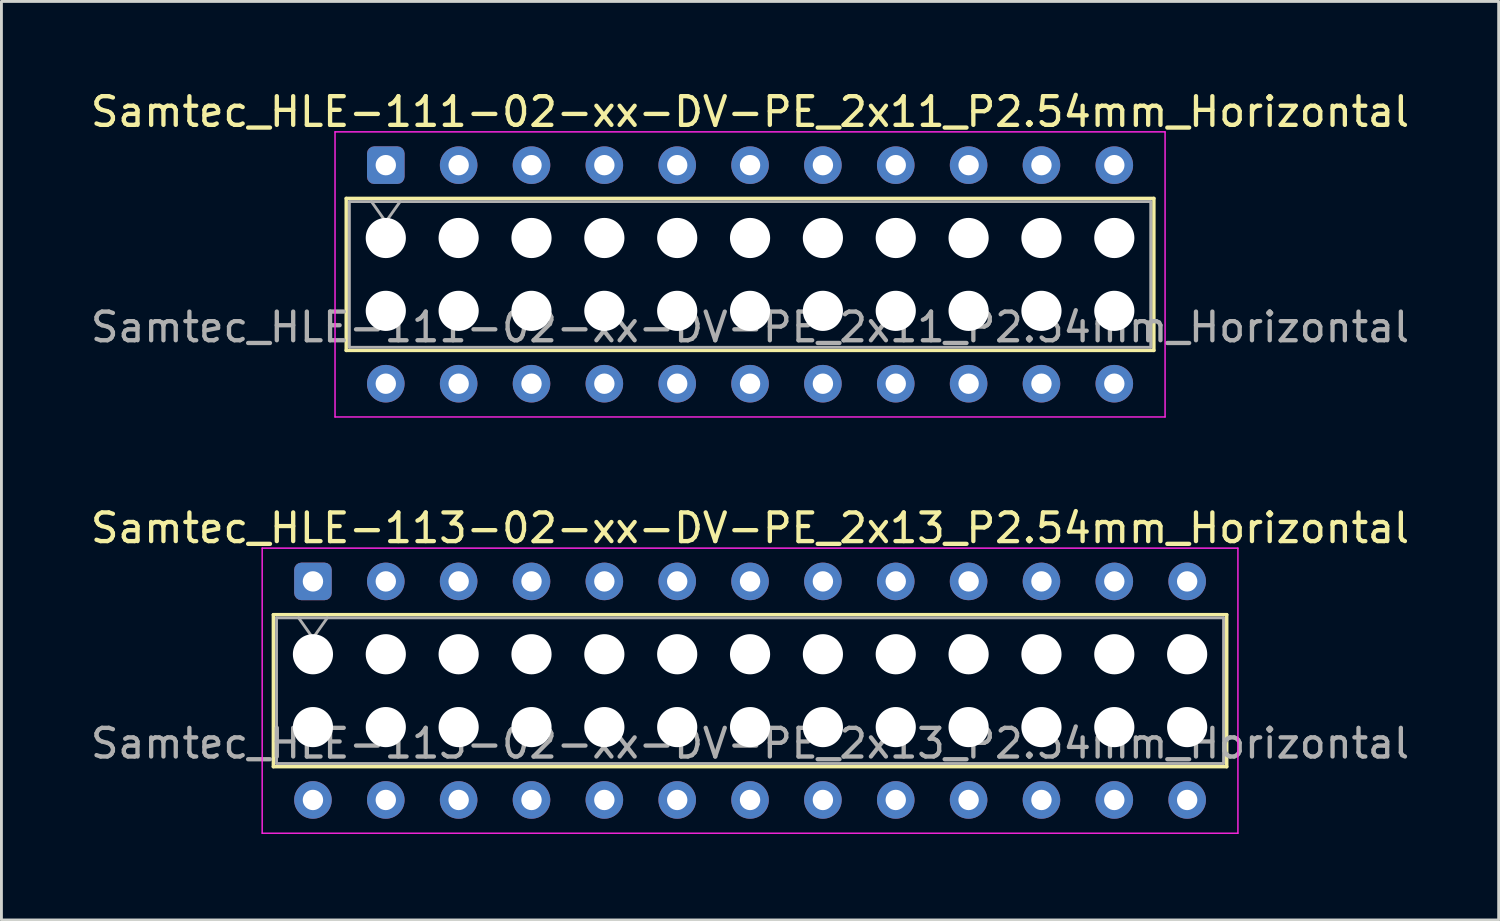
<source format=kicad_pcb>
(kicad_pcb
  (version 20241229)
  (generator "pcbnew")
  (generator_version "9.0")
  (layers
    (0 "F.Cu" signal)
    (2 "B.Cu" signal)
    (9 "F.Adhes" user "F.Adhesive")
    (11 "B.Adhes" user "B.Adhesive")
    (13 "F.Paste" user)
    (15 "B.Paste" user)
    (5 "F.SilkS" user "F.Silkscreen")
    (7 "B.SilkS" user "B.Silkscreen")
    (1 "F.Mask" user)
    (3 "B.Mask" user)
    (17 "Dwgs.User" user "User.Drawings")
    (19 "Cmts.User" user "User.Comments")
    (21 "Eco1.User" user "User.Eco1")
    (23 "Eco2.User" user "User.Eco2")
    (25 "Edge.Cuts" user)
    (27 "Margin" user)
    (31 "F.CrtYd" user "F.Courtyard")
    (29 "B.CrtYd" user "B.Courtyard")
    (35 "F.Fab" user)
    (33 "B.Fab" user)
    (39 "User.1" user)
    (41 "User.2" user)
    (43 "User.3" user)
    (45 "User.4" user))
  (footprint "Samtec_HLE-111-02-xx-DV-PE_2x11_P2.54mm_Horizontal"
    (layer "F.Cu")
    (at 10.401 2.708)
    (property "Reference" "Samtec_HLE-111-02-xx-DV-PE_2x11_P2.54mm_Horizontal" (at 12.7 -1.86 0) (layer "F.SilkS") (effects (font (size 1 1) (thickness 0.15))))
    (attr through_hole)
    (fp_line (start -1.38 1.16) (end 26.78 1.16) (stroke (width 0.12) (type solid)) (layer "F.SilkS"))
    (fp_line (start -1.38 6.46) (end -1.38 1.16) (stroke (width 0.12) (type solid)) (layer "F.SilkS"))
    (fp_line (start 26.78 1.16) (end 26.78 6.46) (stroke (width 0.12) (type solid)) (layer "F.SilkS"))
    (fp_line (start 26.78 6.46) (end -1.38 6.46) (stroke (width 0.12) (type solid)) (layer "F.SilkS"))
    (fp_line (start -1.77 -1.16) (end 27.17 -1.16) (stroke (width 0.05) (type solid)) (layer "F.CrtYd"))
    (fp_line (start -1.77 8.78) (end -1.77 -1.16) (stroke (width 0.05) (type solid)) (layer "F.CrtYd"))
    (fp_line (start 27.17 -1.16) (end 27.17 8.78) (stroke (width 0.05) (type solid)) (layer "F.CrtYd"))
    (fp_line (start 27.17 8.78) (end -1.77 8.78) (stroke (width 0.05) (type solid)) (layer "F.CrtYd"))
    (fp_line (start -1.27 1.27) (end 26.67 1.27) (stroke (width 0.1) (type solid)) (layer "F.Fab"))
    (fp_line (start -1.27 6.35) (end -1.27 1.27) (stroke (width 0.1) (type solid)) (layer "F.Fab"))
    (fp_line (start -0.5 1.27) (end 0 1.977) (stroke (width 0.1) (type solid)) (layer "F.Fab"))
    (fp_line (start 0 1.977) (end 0.5 1.27) (stroke (width 0.1) (type solid)) (layer "F.Fab"))
    (fp_line (start 26.67 1.27) (end 26.67 6.35) (stroke (width 0.1) (type solid)) (layer "F.Fab"))
    (fp_line (start 26.67 6.35) (end -1.27 6.35) (stroke (width 0.1) (type solid)) (layer "F.Fab"))
    (fp_text user "${REFERENCE}" (at 12.7 5.65 0) (layer "F.Fab") (effects (font (size 1 1) (thickness 0.15))))
    (pad "" np_thru_hole circle (at 0 2.54) (size 1.4 1.4) (drill 1.4) (layers "*.Cu" "*.Mask"))
    (pad "" np_thru_hole circle (at 0 5.08) (size 1.4 1.4) (drill 1.4) (layers "*.Cu" "*.Mask"))
    (pad "" np_thru_hole circle (at 2.54 2.54) (size 1.4 1.4) (drill 1.4) (layers "*.Cu" "*.Mask"))
    (pad "" np_thru_hole circle (at 2.54 5.08) (size 1.4 1.4) (drill 1.4) (layers "*.Cu" "*.Mask"))
    (pad "" np_thru_hole circle (at 5.08 2.54) (size 1.4 1.4) (drill 1.4) (layers "*.Cu" "*.Mask"))
    (pad "" np_thru_hole circle (at 5.08 5.08) (size 1.4 1.4) (drill 1.4) (layers "*.Cu" "*.Mask"))
    (pad "" np_thru_hole circle (at 7.62 2.54) (size 1.4 1.4) (drill 1.4) (layers "*.Cu" "*.Mask"))
    (pad "" np_thru_hole circle (at 7.62 5.08) (size 1.4 1.4) (drill 1.4) (layers "*.Cu" "*.Mask"))
    (pad "" np_thru_hole circle (at 10.16 2.54) (size 1.4 1.4) (drill 1.4) (layers "*.Cu" "*.Mask"))
    (pad "" np_thru_hole circle (at 10.16 5.08) (size 1.4 1.4) (drill 1.4) (layers "*.Cu" "*.Mask"))
    (pad "" np_thru_hole circle (at 12.7 2.54) (size 1.4 1.4) (drill 1.4) (layers "*.Cu" "*.Mask"))
    (pad "" np_thru_hole circle (at 12.7 5.08) (size 1.4 1.4) (drill 1.4) (layers "*.Cu" "*.Mask"))
    (pad "" np_thru_hole circle (at 15.24 2.54) (size 1.4 1.4) (drill 1.4) (layers "*.Cu" "*.Mask"))
    (pad "" np_thru_hole circle (at 15.24 5.08) (size 1.4 1.4) (drill 1.4) (layers "*.Cu" "*.Mask"))
    (pad "" np_thru_hole circle (at 17.78 2.54) (size 1.4 1.4) (drill 1.4) (layers "*.Cu" "*.Mask"))
    (pad "" np_thru_hole circle (at 17.78 5.08) (size 1.4 1.4) (drill 1.4) (layers "*.Cu" "*.Mask"))
    (pad "" np_thru_hole circle (at 20.32 2.54) (size 1.4 1.4) (drill 1.4) (layers "*.Cu" "*.Mask"))
    (pad "" np_thru_hole circle (at 20.32 5.08) (size 1.4 1.4) (drill 1.4) (layers "*.Cu" "*.Mask"))
    (pad "" np_thru_hole circle (at 22.86 2.54) (size 1.4 1.4) (drill 1.4) (layers "*.Cu" "*.Mask"))
    (pad "" np_thru_hole circle (at 22.86 5.08) (size 1.4 1.4) (drill 1.4) (layers "*.Cu" "*.Mask"))
    (pad "" np_thru_hole circle (at 25.4 2.54) (size 1.4 1.4) (drill 1.4) (layers "*.Cu" "*.Mask"))
    (pad "" np_thru_hole circle (at 25.4 5.08) (size 1.4 1.4) (drill 1.4) (layers "*.Cu" "*.Mask"))
    (pad "1" thru_hole roundrect (at 0 0) (size 1.31 1.31) (drill 0.71) (layers "*.Cu" "*.Mask") (roundrect_rratio 0.191))
    (pad "2" thru_hole circle (at 0 7.62) (size 1.31 1.31) (drill 0.71) (layers "*.Cu" "*.Mask"))
    (pad "3" thru_hole circle (at 2.54 0) (size 1.31 1.31) (drill 0.71) (layers "*.Cu" "*.Mask"))
    (pad "4" thru_hole circle (at 2.54 7.62) (size 1.31 1.31) (drill 0.71) (layers "*.Cu" "*.Mask"))
    (pad "5" thru_hole circle (at 5.08 0) (size 1.31 1.31) (drill 0.71) (layers "*.Cu" "*.Mask"))
    (pad "6" thru_hole circle (at 5.08 7.62) (size 1.31 1.31) (drill 0.71) (layers "*.Cu" "*.Mask"))
    (pad "7" thru_hole circle (at 7.62 0) (size 1.31 1.31) (drill 0.71) (layers "*.Cu" "*.Mask"))
    (pad "8" thru_hole circle (at 7.62 7.62) (size 1.31 1.31) (drill 0.71) (layers "*.Cu" "*.Mask"))
    (pad "9" thru_hole circle (at 10.16 0) (size 1.31 1.31) (drill 0.71) (layers "*.Cu" "*.Mask"))
    (pad "10" thru_hole circle (at 10.16 7.62) (size 1.31 1.31) (drill 0.71) (layers "*.Cu" "*.Mask"))
    (pad "11" thru_hole circle (at 12.7 0) (size 1.31 1.31) (drill 0.71) (layers "*.Cu" "*.Mask"))
    (pad "12" thru_hole circle (at 12.7 7.62) (size 1.31 1.31) (drill 0.71) (layers "*.Cu" "*.Mask"))
    (pad "13" thru_hole circle (at 15.24 0) (size 1.31 1.31) (drill 0.71) (layers "*.Cu" "*.Mask"))
    (pad "14" thru_hole circle (at 15.24 7.62) (size 1.31 1.31) (drill 0.71) (layers "*.Cu" "*.Mask"))
    (pad "15" thru_hole circle (at 17.78 0) (size 1.31 1.31) (drill 0.71) (layers "*.Cu" "*.Mask"))
    (pad "16" thru_hole circle (at 17.78 7.62) (size 1.31 1.31) (drill 0.71) (layers "*.Cu" "*.Mask"))
    (pad "17" thru_hole circle (at 20.32 0) (size 1.31 1.31) (drill 0.71) (layers "*.Cu" "*.Mask"))
    (pad "18" thru_hole circle (at 20.32 7.62) (size 1.31 1.31) (drill 0.71) (layers "*.Cu" "*.Mask"))
    (pad "19" thru_hole circle (at 22.86 0) (size 1.31 1.31) (drill 0.71) (layers "*.Cu" "*.Mask"))
    (pad "20" thru_hole circle (at 22.86 7.62) (size 1.31 1.31) (drill 0.71) (layers "*.Cu" "*.Mask"))
    (pad "21" thru_hole circle (at 25.4 0) (size 1.31 1.31) (drill 0.71) (layers "*.Cu" "*.Mask"))
    (pad "22" thru_hole circle (at 25.4 7.62) (size 1.31 1.31) (drill 0.71) (layers "*.Cu" "*.Mask")))
  (footprint "Samtec_HLE-113-02-xx-DV-PE_2x13_P2.54mm_Horizontal"
    (layer "F.Cu")
    (at 7.861 17.221)
    (property "Reference" "Samtec_HLE-113-02-xx-DV-PE_2x13_P2.54mm_Horizontal" (at 15.24 -1.86 0) (layer "F.SilkS") (effects (font (size 1 1) (thickness 0.15))))
    (attr through_hole)
    (fp_line (start -1.38 1.16) (end 31.86 1.16) (stroke (width 0.12) (type solid)) (layer "F.SilkS"))
    (fp_line (start -1.38 6.46) (end -1.38 1.16) (stroke (width 0.12) (type solid)) (layer "F.SilkS"))
    (fp_line (start 31.86 1.16) (end 31.86 6.46) (stroke (width 0.12) (type solid)) (layer "F.SilkS"))
    (fp_line (start 31.86 6.46) (end -1.38 6.46) (stroke (width 0.12) (type solid)) (layer "F.SilkS"))
    (fp_line (start -1.77 -1.16) (end 32.25 -1.16) (stroke (width 0.05) (type solid)) (layer "F.CrtYd"))
    (fp_line (start -1.77 8.78) (end -1.77 -1.16) (stroke (width 0.05) (type solid)) (layer "F.CrtYd"))
    (fp_line (start 32.25 -1.16) (end 32.25 8.78) (stroke (width 0.05) (type solid)) (layer "F.CrtYd"))
    (fp_line (start 32.25 8.78) (end -1.77 8.78) (stroke (width 0.05) (type solid)) (layer "F.CrtYd"))
    (fp_line (start -1.27 1.27) (end 31.75 1.27) (stroke (width 0.1) (type solid)) (layer "F.Fab"))
    (fp_line (start -1.27 6.35) (end -1.27 1.27) (stroke (width 0.1) (type solid)) (layer "F.Fab"))
    (fp_line (start -0.5 1.27) (end 0 1.977) (stroke (width 0.1) (type solid)) (layer "F.Fab"))
    (fp_line (start 0 1.977) (end 0.5 1.27) (stroke (width 0.1) (type solid)) (layer "F.Fab"))
    (fp_line (start 31.75 1.27) (end 31.75 6.35) (stroke (width 0.1) (type solid)) (layer "F.Fab"))
    (fp_line (start 31.75 6.35) (end -1.27 6.35) (stroke (width 0.1) (type solid)) (layer "F.Fab"))
    (fp_text user "${REFERENCE}" (at 15.24 5.65 0) (layer "F.Fab") (effects (font (size 1 1) (thickness 0.15))))
    (pad "" np_thru_hole circle (at 0 2.54) (size 1.4 1.4) (drill 1.4) (layers "*.Cu" "*.Mask"))
    (pad "" np_thru_hole circle (at 0 5.08) (size 1.4 1.4) (drill 1.4) (layers "*.Cu" "*.Mask"))
    (pad "" np_thru_hole circle (at 2.54 2.54) (size 1.4 1.4) (drill 1.4) (layers "*.Cu" "*.Mask"))
    (pad "" np_thru_hole circle (at 2.54 5.08) (size 1.4 1.4) (drill 1.4) (layers "*.Cu" "*.Mask"))
    (pad "" np_thru_hole circle (at 5.08 2.54) (size 1.4 1.4) (drill 1.4) (layers "*.Cu" "*.Mask"))
    (pad "" np_thru_hole circle (at 5.08 5.08) (size 1.4 1.4) (drill 1.4) (layers "*.Cu" "*.Mask"))
    (pad "" np_thru_hole circle (at 7.62 2.54) (size 1.4 1.4) (drill 1.4) (layers "*.Cu" "*.Mask"))
    (pad "" np_thru_hole circle (at 7.62 5.08) (size 1.4 1.4) (drill 1.4) (layers "*.Cu" "*.Mask"))
    (pad "" np_thru_hole circle (at 10.16 2.54) (size 1.4 1.4) (drill 1.4) (layers "*.Cu" "*.Mask"))
    (pad "" np_thru_hole circle (at 10.16 5.08) (size 1.4 1.4) (drill 1.4) (layers "*.Cu" "*.Mask"))
    (pad "" np_thru_hole circle (at 12.7 2.54) (size 1.4 1.4) (drill 1.4) (layers "*.Cu" "*.Mask"))
    (pad "" np_thru_hole circle (at 12.7 5.08) (size 1.4 1.4) (drill 1.4) (layers "*.Cu" "*.Mask"))
    (pad "" np_thru_hole circle (at 15.24 2.54) (size 1.4 1.4) (drill 1.4) (layers "*.Cu" "*.Mask"))
    (pad "" np_thru_hole circle (at 15.24 5.08) (size 1.4 1.4) (drill 1.4) (layers "*.Cu" "*.Mask"))
    (pad "" np_thru_hole circle (at 17.78 2.54) (size 1.4 1.4) (drill 1.4) (layers "*.Cu" "*.Mask"))
    (pad "" np_thru_hole circle (at 17.78 5.08) (size 1.4 1.4) (drill 1.4) (layers "*.Cu" "*.Mask"))
    (pad "" np_thru_hole circle (at 20.32 2.54) (size 1.4 1.4) (drill 1.4) (layers "*.Cu" "*.Mask"))
    (pad "" np_thru_hole circle (at 20.32 5.08) (size 1.4 1.4) (drill 1.4) (layers "*.Cu" "*.Mask"))
    (pad "" np_thru_hole circle (at 22.86 2.54) (size 1.4 1.4) (drill 1.4) (layers "*.Cu" "*.Mask"))
    (pad "" np_thru_hole circle (at 22.86 5.08) (size 1.4 1.4) (drill 1.4) (layers "*.Cu" "*.Mask"))
    (pad "" np_thru_hole circle (at 25.4 2.54) (size 1.4 1.4) (drill 1.4) (layers "*.Cu" "*.Mask"))
    (pad "" np_thru_hole circle (at 25.4 5.08) (size 1.4 1.4) (drill 1.4) (layers "*.Cu" "*.Mask"))
    (pad "" np_thru_hole circle (at 27.94 2.54) (size 1.4 1.4) (drill 1.4) (layers "*.Cu" "*.Mask"))
    (pad "" np_thru_hole circle (at 27.94 5.08) (size 1.4 1.4) (drill 1.4) (layers "*.Cu" "*.Mask"))
    (pad "" np_thru_hole circle (at 30.48 2.54) (size 1.4 1.4) (drill 1.4) (layers "*.Cu" "*.Mask"))
    (pad "" np_thru_hole circle (at 30.48 5.08) (size 1.4 1.4) (drill 1.4) (layers "*.Cu" "*.Mask"))
    (pad "1" thru_hole roundrect (at 0 0) (size 1.31 1.31) (drill 0.71) (layers "*.Cu" "*.Mask") (roundrect_rratio 0.191))
    (pad "2" thru_hole circle (at 0 7.62) (size 1.31 1.31) (drill 0.71) (layers "*.Cu" "*.Mask"))
    (pad "3" thru_hole circle (at 2.54 0) (size 1.31 1.31) (drill 0.71) (layers "*.Cu" "*.Mask"))
    (pad "4" thru_hole circle (at 2.54 7.62) (size 1.31 1.31) (drill 0.71) (layers "*.Cu" "*.Mask"))
    (pad "5" thru_hole circle (at 5.08 0) (size 1.31 1.31) (drill 0.71) (layers "*.Cu" "*.Mask"))
    (pad "6" thru_hole circle (at 5.08 7.62) (size 1.31 1.31) (drill 0.71) (layers "*.Cu" "*.Mask"))
    (pad "7" thru_hole circle (at 7.62 0) (size 1.31 1.31) (drill 0.71) (layers "*.Cu" "*.Mask"))
    (pad "8" thru_hole circle (at 7.62 7.62) (size 1.31 1.31) (drill 0.71) (layers "*.Cu" "*.Mask"))
    (pad "9" thru_hole circle (at 10.16 0) (size 1.31 1.31) (drill 0.71) (layers "*.Cu" "*.Mask"))
    (pad "10" thru_hole circle (at 10.16 7.62) (size 1.31 1.31) (drill 0.71) (layers "*.Cu" "*.Mask"))
    (pad "11" thru_hole circle (at 12.7 0) (size 1.31 1.31) (drill 0.71) (layers "*.Cu" "*.Mask"))
    (pad "12" thru_hole circle (at 12.7 7.62) (size 1.31 1.31) (drill 0.71) (layers "*.Cu" "*.Mask"))
    (pad "13" thru_hole circle (at 15.24 0) (size 1.31 1.31) (drill 0.71) (layers "*.Cu" "*.Mask"))
    (pad "14" thru_hole circle (at 15.24 7.62) (size 1.31 1.31) (drill 0.71) (layers "*.Cu" "*.Mask"))
    (pad "15" thru_hole circle (at 17.78 0) (size 1.31 1.31) (drill 0.71) (layers "*.Cu" "*.Mask"))
    (pad "16" thru_hole circle (at 17.78 7.62) (size 1.31 1.31) (drill 0.71) (layers "*.Cu" "*.Mask"))
    (pad "17" thru_hole circle (at 20.32 0) (size 1.31 1.31) (drill 0.71) (layers "*.Cu" "*.Mask"))
    (pad "18" thru_hole circle (at 20.32 7.62) (size 1.31 1.31) (drill 0.71) (layers "*.Cu" "*.Mask"))
    (pad "19" thru_hole circle (at 22.86 0) (size 1.31 1.31) (drill 0.71) (layers "*.Cu" "*.Mask"))
    (pad "20" thru_hole circle (at 22.86 7.62) (size 1.31 1.31) (drill 0.71) (layers "*.Cu" "*.Mask"))
    (pad "21" thru_hole circle (at 25.4 0) (size 1.31 1.31) (drill 0.71) (layers "*.Cu" "*.Mask"))
    (pad "22" thru_hole circle (at 25.4 7.62) (size 1.31 1.31) (drill 0.71) (layers "*.Cu" "*.Mask"))
    (pad "23" thru_hole circle (at 27.94 0) (size 1.31 1.31) (drill 0.71) (layers "*.Cu" "*.Mask"))
    (pad "24" thru_hole circle (at 27.94 7.62) (size 1.31 1.31) (drill 0.71) (layers "*.Cu" "*.Mask"))
    (pad "25" thru_hole circle (at 30.48 0) (size 1.31 1.31) (drill 0.71) (layers "*.Cu" "*.Mask"))
    (pad "26" thru_hole circle (at 30.48 7.62) (size 1.31 1.31) (drill 0.71) (layers "*.Cu" "*.Mask")))
  (gr_rect
    (start -3 -3)
    (end 49.202 29.026)
    (stroke (width 0.1) (type default))
    (fill no)
    (layer "Edge.Cuts")))
</source>
